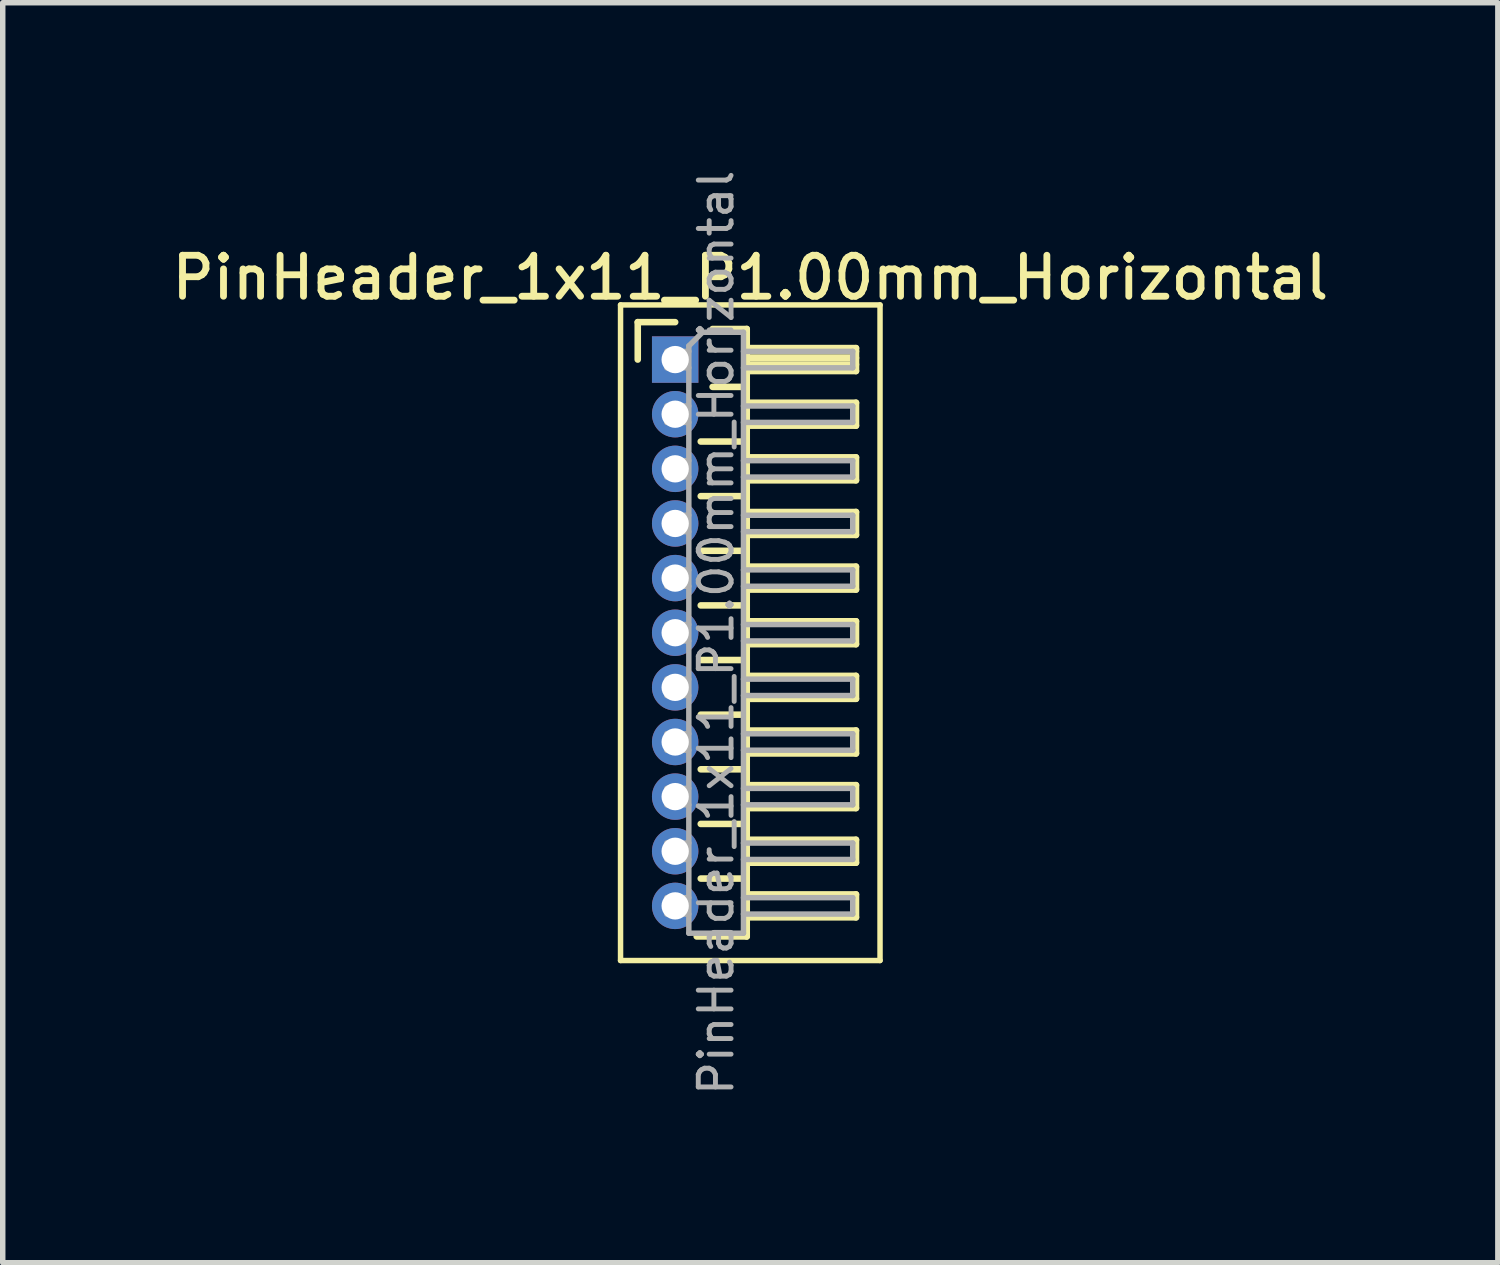
<source format=kicad_pcb>
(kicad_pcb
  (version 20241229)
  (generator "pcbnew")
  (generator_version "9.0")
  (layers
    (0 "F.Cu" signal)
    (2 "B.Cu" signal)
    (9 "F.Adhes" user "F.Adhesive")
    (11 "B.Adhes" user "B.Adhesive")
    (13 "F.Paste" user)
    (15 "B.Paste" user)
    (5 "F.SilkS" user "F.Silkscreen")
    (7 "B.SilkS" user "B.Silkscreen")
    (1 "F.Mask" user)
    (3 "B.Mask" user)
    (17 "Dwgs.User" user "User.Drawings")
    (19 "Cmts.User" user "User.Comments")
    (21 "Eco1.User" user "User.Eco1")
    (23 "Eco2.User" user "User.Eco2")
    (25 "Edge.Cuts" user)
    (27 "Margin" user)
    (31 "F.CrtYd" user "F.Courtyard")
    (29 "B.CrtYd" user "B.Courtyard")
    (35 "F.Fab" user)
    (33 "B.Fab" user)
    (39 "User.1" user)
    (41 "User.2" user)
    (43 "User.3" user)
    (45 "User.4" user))
  (footprint "PinHeader_1x11_P1.00mm_Horizontal"
    (layer "F.Cu")
    (at 9.309 3.532)
    (property "Reference" "PinHeader_1x11_P1.00mm_Horizontal" (at 1.375 -1.5 0) (layer "F.SilkS") (effects (font (size 0.75 0.75) (thickness 0.125))))
    (attr through_hole)
    (fp_line (start -1 -1) (end -1 11) (stroke (width 0.1) (type solid)) (layer "F.SilkS"))
    (fp_line (start -1 11) (end 3.75 11) (stroke (width 0.1) (type solid)) (layer "F.SilkS"))
    (fp_line (start -0.685 -0.685) (end 0 -0.685) (stroke (width 0.12) (type solid)) (layer "F.SilkS"))
    (fp_line (start -0.685 0) (end -0.685 -0.685) (stroke (width 0.12) (type solid)) (layer "F.SilkS"))
    (fp_line (start 0.468 1.5) (end 1.31 1.5) (stroke (width 0.12) (type solid)) (layer "F.SilkS"))
    (fp_line (start 0.468 2.5) (end 1.31 2.5) (stroke (width 0.12) (type solid)) (layer "F.SilkS"))
    (fp_line (start 0.468 3.5) (end 1.31 3.5) (stroke (width 0.12) (type solid)) (layer "F.SilkS"))
    (fp_line (start 0.468 4.5) (end 1.31 4.5) (stroke (width 0.12) (type solid)) (layer "F.SilkS"))
    (fp_line (start 0.468 5.5) (end 1.31 5.5) (stroke (width 0.12) (type solid)) (layer "F.SilkS"))
    (fp_line (start 0.468 6.5) (end 1.31 6.5) (stroke (width 0.12) (type solid)) (layer "F.SilkS"))
    (fp_line (start 0.468 7.5) (end 1.31 7.5) (stroke (width 0.12) (type solid)) (layer "F.SilkS"))
    (fp_line (start 0.468 8.5) (end 1.31 8.5) (stroke (width 0.12) (type solid)) (layer "F.SilkS"))
    (fp_line (start 0.468 9.5) (end 1.31 9.5) (stroke (width 0.12) (type solid)) (layer "F.SilkS"))
    (fp_line (start 0.685 -0.56) (end 1.31 -0.56) (stroke (width 0.12) (type solid)) (layer "F.SilkS"))
    (fp_line (start 0.685 0.5) (end 1.31 0.5) (stroke (width 0.12) (type solid)) (layer "F.SilkS"))
    (fp_line (start 1.31 -0.56) (end 1.31 10.56) (stroke (width 0.12) (type solid)) (layer "F.SilkS"))
    (fp_line (start 1.31 -0.21) (end 3.31 -0.21) (stroke (width 0.12) (type solid)) (layer "F.SilkS"))
    (fp_line (start 1.31 -0.15) (end 3.31 -0.15) (stroke (width 0.12) (type solid)) (layer "F.SilkS"))
    (fp_line (start 1.31 -0.03) (end 3.31 -0.03) (stroke (width 0.12) (type solid)) (layer "F.SilkS"))
    (fp_line (start 1.31 0.09) (end 3.31 0.09) (stroke (width 0.12) (type solid)) (layer "F.SilkS"))
    (fp_line (start 1.31 0.79) (end 3.31 0.79) (stroke (width 0.12) (type solid)) (layer "F.SilkS"))
    (fp_line (start 1.31 1.79) (end 3.31 1.79) (stroke (width 0.12) (type solid)) (layer "F.SilkS"))
    (fp_line (start 1.31 2.79) (end 3.31 2.79) (stroke (width 0.12) (type solid)) (layer "F.SilkS"))
    (fp_line (start 1.31 3.79) (end 3.31 3.79) (stroke (width 0.12) (type solid)) (layer "F.SilkS"))
    (fp_line (start 1.31 4.79) (end 3.31 4.79) (stroke (width 0.12) (type solid)) (layer "F.SilkS"))
    (fp_line (start 1.31 5.79) (end 3.31 5.79) (stroke (width 0.12) (type solid)) (layer "F.SilkS"))
    (fp_line (start 1.31 6.79) (end 3.31 6.79) (stroke (width 0.12) (type solid)) (layer "F.SilkS"))
    (fp_line (start 1.31 7.79) (end 3.31 7.79) (stroke (width 0.12) (type solid)) (layer "F.SilkS"))
    (fp_line (start 1.31 8.79) (end 3.31 8.79) (stroke (width 0.12) (type solid)) (layer "F.SilkS"))
    (fp_line (start 1.31 9.79) (end 3.31 9.79) (stroke (width 0.12) (type solid)) (layer "F.SilkS"))
    (fp_line (start 1.31 10.56) (end 0.394 10.56) (stroke (width 0.12) (type solid)) (layer "F.SilkS"))
    (fp_line (start 3.31 -0.21) (end 3.31 0.21) (stroke (width 0.12) (type solid)) (layer "F.SilkS"))
    (fp_line (start 3.31 0.21) (end 1.31 0.21) (stroke (width 0.12) (type solid)) (layer "F.SilkS"))
    (fp_line (start 3.31 0.79) (end 3.31 1.21) (stroke (width 0.12) (type solid)) (layer "F.SilkS"))
    (fp_line (start 3.31 1.21) (end 1.31 1.21) (stroke (width 0.12) (type solid)) (layer "F.SilkS"))
    (fp_line (start 3.31 1.79) (end 3.31 2.21) (stroke (width 0.12) (type solid)) (layer "F.SilkS"))
    (fp_line (start 3.31 2.21) (end 1.31 2.21) (stroke (width 0.12) (type solid)) (layer "F.SilkS"))
    (fp_line (start 3.31 2.79) (end 3.31 3.21) (stroke (width 0.12) (type solid)) (layer "F.SilkS"))
    (fp_line (start 3.31 3.21) (end 1.31 3.21) (stroke (width 0.12) (type solid)) (layer "F.SilkS"))
    (fp_line (start 3.31 3.79) (end 3.31 4.21) (stroke (width 0.12) (type solid)) (layer "F.SilkS"))
    (fp_line (start 3.31 4.21) (end 1.31 4.21) (stroke (width 0.12) (type solid)) (layer "F.SilkS"))
    (fp_line (start 3.31 4.79) (end 3.31 5.21) (stroke (width 0.12) (type solid)) (layer "F.SilkS"))
    (fp_line (start 3.31 5.21) (end 1.31 5.21) (stroke (width 0.12) (type solid)) (layer "F.SilkS"))
    (fp_line (start 3.31 5.79) (end 3.31 6.21) (stroke (width 0.12) (type solid)) (layer "F.SilkS"))
    (fp_line (start 3.31 6.21) (end 1.31 6.21) (stroke (width 0.12) (type solid)) (layer "F.SilkS"))
    (fp_line (start 3.31 6.79) (end 3.31 7.21) (stroke (width 0.12) (type solid)) (layer "F.SilkS"))
    (fp_line (start 3.31 7.21) (end 1.31 7.21) (stroke (width 0.12) (type solid)) (layer "F.SilkS"))
    (fp_line (start 3.31 7.79) (end 3.31 8.21) (stroke (width 0.12) (type solid)) (layer "F.SilkS"))
    (fp_line (start 3.31 8.21) (end 1.31 8.21) (stroke (width 0.12) (type solid)) (layer "F.SilkS"))
    (fp_line (start 3.31 8.79) (end 3.31 9.21) (stroke (width 0.12) (type solid)) (layer "F.SilkS"))
    (fp_line (start 3.31 9.21) (end 1.31 9.21) (stroke (width 0.12) (type solid)) (layer "F.SilkS"))
    (fp_line (start 3.31 9.79) (end 3.31 10.21) (stroke (width 0.12) (type solid)) (layer "F.SilkS"))
    (fp_line (start 3.31 10.21) (end 1.31 10.21) (stroke (width 0.12) (type solid)) (layer "F.SilkS"))
    (fp_line (start 3.75 -1) (end -1 -1) (stroke (width 0.1) (type solid)) (layer "F.SilkS"))
    (fp_line (start 3.75 11) (end 3.75 -1) (stroke (width 0.1) (type solid)) (layer "F.SilkS"))
    (fp_line (start -0.15 -0.15) (end -0.15 0.15) (stroke (width 0.1) (type solid)) (layer "F.Fab"))
    (fp_line (start -0.15 -0.15) (end 0.25 -0.15) (stroke (width 0.1) (type solid)) (layer "F.Fab"))
    (fp_line (start -0.15 0.15) (end 0.25 0.15) (stroke (width 0.1) (type solid)) (layer "F.Fab"))
    (fp_line (start -0.15 0.85) (end -0.15 1.15) (stroke (width 0.1) (type solid)) (layer "F.Fab"))
    (fp_line (start -0.15 0.85) (end 0.25 0.85) (stroke (width 0.1) (type solid)) (layer "F.Fab"))
    (fp_line (start -0.15 1.15) (end 0.25 1.15) (stroke (width 0.1) (type solid)) (layer "F.Fab"))
    (fp_line (start -0.15 1.85) (end -0.15 2.15) (stroke (width 0.1) (type solid)) (layer "F.Fab"))
    (fp_line (start -0.15 1.85) (end 0.25 1.85) (stroke (width 0.1) (type solid)) (layer "F.Fab"))
    (fp_line (start -0.15 2.15) (end 0.25 2.15) (stroke (width 0.1) (type solid)) (layer "F.Fab"))
    (fp_line (start -0.15 2.85) (end -0.15 3.15) (stroke (width 0.1) (type solid)) (layer "F.Fab"))
    (fp_line (start -0.15 2.85) (end 0.25 2.85) (stroke (width 0.1) (type solid)) (layer "F.Fab"))
    (fp_line (start -0.15 3.15) (end 0.25 3.15) (stroke (width 0.1) (type solid)) (layer "F.Fab"))
    (fp_line (start -0.15 3.85) (end -0.15 4.15) (stroke (width 0.1) (type solid)) (layer "F.Fab"))
    (fp_line (start -0.15 3.85) (end 0.25 3.85) (stroke (width 0.1) (type solid)) (layer "F.Fab"))
    (fp_line (start -0.15 4.15) (end 0.25 4.15) (stroke (width 0.1) (type solid)) (layer "F.Fab"))
    (fp_line (start -0.15 4.85) (end -0.15 5.15) (stroke (width 0.1) (type solid)) (layer "F.Fab"))
    (fp_line (start -0.15 4.85) (end 0.25 4.85) (stroke (width 0.1) (type solid)) (layer "F.Fab"))
    (fp_line (start -0.15 5.15) (end 0.25 5.15) (stroke (width 0.1) (type solid)) (layer "F.Fab"))
    (fp_line (start -0.15 5.85) (end -0.15 6.15) (stroke (width 0.1) (type solid)) (layer "F.Fab"))
    (fp_line (start -0.15 5.85) (end 0.25 5.85) (stroke (width 0.1) (type solid)) (layer "F.Fab"))
    (fp_line (start -0.15 6.15) (end 0.25 6.15) (stroke (width 0.1) (type solid)) (layer "F.Fab"))
    (fp_line (start -0.15 6.85) (end -0.15 7.15) (stroke (width 0.1) (type solid)) (layer "F.Fab"))
    (fp_line (start -0.15 6.85) (end 0.25 6.85) (stroke (width 0.1) (type solid)) (layer "F.Fab"))
    (fp_line (start -0.15 7.15) (end 0.25 7.15) (stroke (width 0.1) (type solid)) (layer "F.Fab"))
    (fp_line (start -0.15 7.85) (end -0.15 8.15) (stroke (width 0.1) (type solid)) (layer "F.Fab"))
    (fp_line (start -0.15 7.85) (end 0.25 7.85) (stroke (width 0.1) (type solid)) (layer "F.Fab"))
    (fp_line (start -0.15 8.15) (end 0.25 8.15) (stroke (width 0.1) (type solid)) (layer "F.Fab"))
    (fp_line (start -0.15 8.85) (end -0.15 9.15) (stroke (width 0.1) (type solid)) (layer "F.Fab"))
    (fp_line (start -0.15 8.85) (end 0.25 8.85) (stroke (width 0.1) (type solid)) (layer "F.Fab"))
    (fp_line (start -0.15 9.15) (end 0.25 9.15) (stroke (width 0.1) (type solid)) (layer "F.Fab"))
    (fp_line (start -0.15 9.85) (end -0.15 10.15) (stroke (width 0.1) (type solid)) (layer "F.Fab"))
    (fp_line (start -0.15 9.85) (end 0.25 9.85) (stroke (width 0.1) (type solid)) (layer "F.Fab"))
    (fp_line (start -0.15 10.15) (end 0.25 10.15) (stroke (width 0.1) (type solid)) (layer "F.Fab"))
    (fp_line (start 0.25 -0.25) (end 0.5 -0.5) (stroke (width 0.1) (type solid)) (layer "F.Fab"))
    (fp_line (start 0.25 10.5) (end 0.25 -0.25) (stroke (width 0.1) (type solid)) (layer "F.Fab"))
    (fp_line (start 0.5 -0.5) (end 1.25 -0.5) (stroke (width 0.1) (type solid)) (layer "F.Fab"))
    (fp_line (start 1.25 -0.5) (end 1.25 10.5) (stroke (width 0.1) (type solid)) (layer "F.Fab"))
    (fp_line (start 1.25 -0.15) (end 3.25 -0.15) (stroke (width 0.1) (type solid)) (layer "F.Fab"))
    (fp_line (start 1.25 0.15) (end 3.25 0.15) (stroke (width 0.1) (type solid)) (layer "F.Fab"))
    (fp_line (start 1.25 0.85) (end 3.25 0.85) (stroke (width 0.1) (type solid)) (layer "F.Fab"))
    (fp_line (start 1.25 1.15) (end 3.25 1.15) (stroke (width 0.1) (type solid)) (layer "F.Fab"))
    (fp_line (start 1.25 1.85) (end 3.25 1.85) (stroke (width 0.1) (type solid)) (layer "F.Fab"))
    (fp_line (start 1.25 2.15) (end 3.25 2.15) (stroke (width 0.1) (type solid)) (layer "F.Fab"))
    (fp_line (start 1.25 2.85) (end 3.25 2.85) (stroke (width 0.1) (type solid)) (layer "F.Fab"))
    (fp_line (start 1.25 3.15) (end 3.25 3.15) (stroke (width 0.1) (type solid)) (layer "F.Fab"))
    (fp_line (start 1.25 3.85) (end 3.25 3.85) (stroke (width 0.1) (type solid)) (layer "F.Fab"))
    (fp_line (start 1.25 4.15) (end 3.25 4.15) (stroke (width 0.1) (type solid)) (layer "F.Fab"))
    (fp_line (start 1.25 4.85) (end 3.25 4.85) (stroke (width 0.1) (type solid)) (layer "F.Fab"))
    (fp_line (start 1.25 5.15) (end 3.25 5.15) (stroke (width 0.1) (type solid)) (layer "F.Fab"))
    (fp_line (start 1.25 5.85) (end 3.25 5.85) (stroke (width 0.1) (type solid)) (layer "F.Fab"))
    (fp_line (start 1.25 6.15) (end 3.25 6.15) (stroke (width 0.1) (type solid)) (layer "F.Fab"))
    (fp_line (start 1.25 6.85) (end 3.25 6.85) (stroke (width 0.1) (type solid)) (layer "F.Fab"))
    (fp_line (start 1.25 7.15) (end 3.25 7.15) (stroke (width 0.1) (type solid)) (layer "F.Fab"))
    (fp_line (start 1.25 7.85) (end 3.25 7.85) (stroke (width 0.1) (type solid)) (layer "F.Fab"))
    (fp_line (start 1.25 8.15) (end 3.25 8.15) (stroke (width 0.1) (type solid)) (layer "F.Fab"))
    (fp_line (start 1.25 8.85) (end 3.25 8.85) (stroke (width 0.1) (type solid)) (layer "F.Fab"))
    (fp_line (start 1.25 9.15) (end 3.25 9.15) (stroke (width 0.1) (type solid)) (layer "F.Fab"))
    (fp_line (start 1.25 9.85) (end 3.25 9.85) (stroke (width 0.1) (type solid)) (layer "F.Fab"))
    (fp_line (start 1.25 10.15) (end 3.25 10.15) (stroke (width 0.1) (type solid)) (layer "F.Fab"))
    (fp_line (start 1.25 10.5) (end 0.25 10.5) (stroke (width 0.1) (type solid)) (layer "F.Fab"))
    (fp_line (start 3.25 -0.15) (end 3.25 0.15) (stroke (width 0.1) (type solid)) (layer "F.Fab"))
    (fp_line (start 3.25 0.85) (end 3.25 1.15) (stroke (width 0.1) (type solid)) (layer "F.Fab"))
    (fp_line (start 3.25 1.85) (end 3.25 2.15) (stroke (width 0.1) (type solid)) (layer "F.Fab"))
    (fp_line (start 3.25 2.85) (end 3.25 3.15) (stroke (width 0.1) (type solid)) (layer "F.Fab"))
    (fp_line (start 3.25 3.85) (end 3.25 4.15) (stroke (width 0.1) (type solid)) (layer "F.Fab"))
    (fp_line (start 3.25 4.85) (end 3.25 5.15) (stroke (width 0.1) (type solid)) (layer "F.Fab"))
    (fp_line (start 3.25 5.85) (end 3.25 6.15) (stroke (width 0.1) (type solid)) (layer "F.Fab"))
    (fp_line (start 3.25 6.85) (end 3.25 7.15) (stroke (width 0.1) (type solid)) (layer "F.Fab"))
    (fp_line (start 3.25 7.85) (end 3.25 8.15) (stroke (width 0.1) (type solid)) (layer "F.Fab"))
    (fp_line (start 3.25 8.85) (end 3.25 9.15) (stroke (width 0.1) (type solid)) (layer "F.Fab"))
    (fp_line (start 3.25 9.85) (end 3.25 10.15) (stroke (width 0.1) (type solid)) (layer "F.Fab"))
    (fp_text user "${REFERENCE}" (at 0.75 5 90) (layer "F.Fab") (effects (font (size 0.6 0.6) (thickness 0.09))))
    (pad "1" thru_hole rect (at 0 0) (size 0.85 0.85) (drill 0.5) (layers "*.Cu" "*.Mask"))
    (pad "2" thru_hole oval (at 0 1) (size 0.85 0.85) (drill 0.5) (layers "*.Cu" "*.Mask"))
    (pad "3" thru_hole oval (at 0 2) (size 0.85 0.85) (drill 0.5) (layers "*.Cu" "*.Mask"))
    (pad "4" thru_hole oval (at 0 3) (size 0.85 0.85) (drill 0.5) (layers "*.Cu" "*.Mask"))
    (pad "5" thru_hole oval (at 0 4) (size 0.85 0.85) (drill 0.5) (layers "*.Cu" "*.Mask"))
    (pad "6" thru_hole oval (at 0 5) (size 0.85 0.85) (drill 0.5) (layers "*.Cu" "*.Mask"))
    (pad "7" thru_hole oval (at 0 6) (size 0.85 0.85) (drill 0.5) (layers "*.Cu" "*.Mask"))
    (pad "8" thru_hole oval (at 0 7) (size 0.85 0.85) (drill 0.5) (layers "*.Cu" "*.Mask"))
    (pad "9" thru_hole oval (at 0 8) (size 0.85 0.85) (drill 0.5) (layers "*.Cu" "*.Mask"))
    (pad "10" thru_hole oval (at 0 9) (size 0.85 0.85) (drill 0.5) (layers "*.Cu" "*.Mask"))
    (pad "11" thru_hole oval (at 0 10) (size 0.85 0.85) (drill 0.5) (layers "*.Cu" "*.Mask")))
  (gr_rect
    (start -3 -3)
    (end 24.368 20.064)
    (stroke (width 0.1) (type default))
    (fill no)
    (layer "Edge.Cuts")))
</source>
